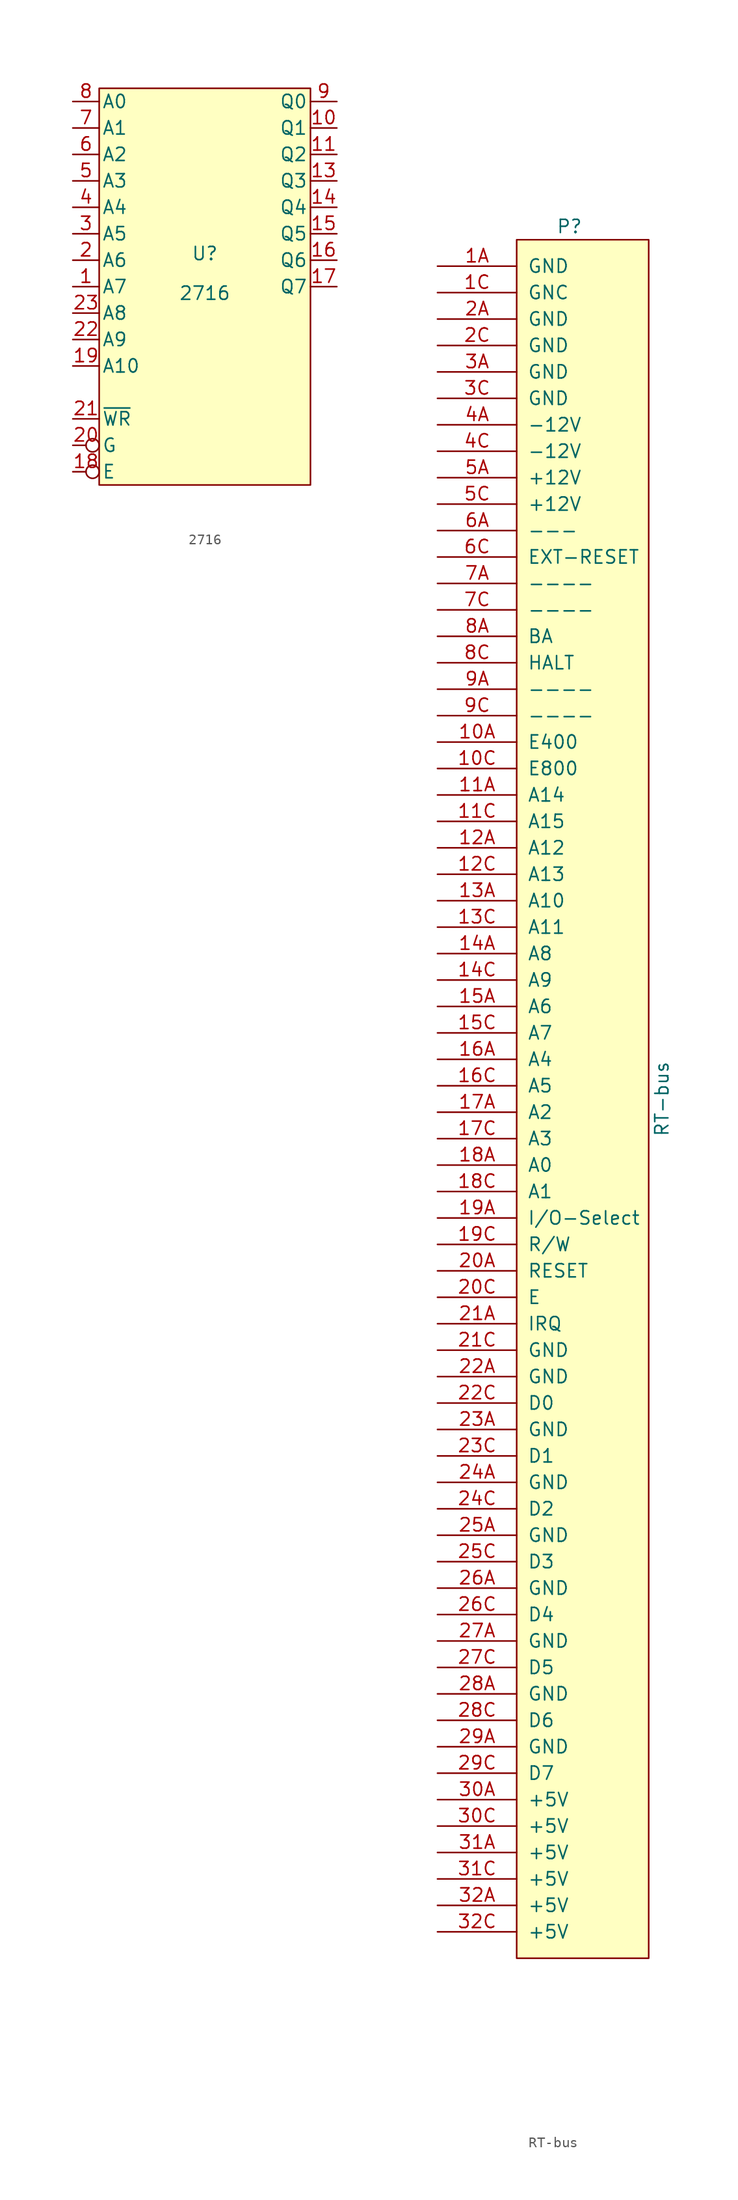
<source format=kicad_sym>
(kicad_symbol_lib
  (version 20220914)
  (generator kicad_symbol_editor)
  (symbol "2716"
    (pin_names
      (offset 0.254))
    (property "Reference" "U"
      (at 0 3.175 0)
      (effects (font (size 1.27 1.27))))
    (property "Value" "2716"
      (at 0 -0.635 0)
      (effects (font (size 1.27 1.27))))
    (property "Footprint" ""
      (at 0 0 0)
      (effects (font (size 1.524 1.524))))
    (property "Datasheet" ""
      (at 0 0 0)
      (effects (font (size 1.524 1.524))))
    (symbol "2716_0_0"
      (pin power_in line (at 0 -19.05 90) (length 0) hide (name "GND" (effects (font (size 1.27 1.27)))) (number "12" (effects (font (size 1.27 1.27)))))
      (pin power_in line (at 0 19.05 270) (length 0) hide (name "Vcc" (effects (font (size 1.27 1.27)))) (number "24" (effects (font (size 1.27 1.27))))))
    (symbol "2716_0_1"
      (rectangle (start -10.16 19.05) (end 10.16 -19.05) (stroke (width 0) (type solid)) (fill (type background))))
    (symbol "2716_1_1"
      (pin input line (at -12.7 0 0) (length 2.54) (name "A7" (effects (font (size 1.27 1.27)))) (number "1" (effects (font (size 1.27 1.27)))))
      (pin tri_state line (at 12.7 15.24 180) (length 2.54) (name "Q1" (effects (font (size 1.27 1.27)))) (number "10" (effects (font (size 1.27 1.27)))))
      (pin tri_state line (at 12.7 12.7 180) (length 2.54) (name "Q2" (effects (font (size 1.27 1.27)))) (number "11" (effects (font (size 1.27 1.27)))))
      (pin tri_state line (at 12.7 10.16 180) (length 2.54) (name "Q3" (effects (font (size 1.27 1.27)))) (number "13" (effects (font (size 1.27 1.27)))))
      (pin tri_state line (at 12.7 7.62 180) (length 2.54) (name "Q4" (effects (font (size 1.27 1.27)))) (number "14" (effects (font (size 1.27 1.27)))))
      (pin tri_state line (at 12.7 5.08 180) (length 2.54) (name "Q5" (effects (font (size 1.27 1.27)))) (number "15" (effects (font (size 1.27 1.27)))))
      (pin tri_state line (at 12.7 2.54 180) (length 2.54) (name "Q6" (effects (font (size 1.27 1.27)))) (number "16" (effects (font (size 1.27 1.27)))))
      (pin tri_state line (at 12.7 0 180) (length 2.54) (name "Q7" (effects (font (size 1.27 1.27)))) (number "17" (effects (font (size 1.27 1.27)))))
      (pin input inverted (at -12.7 -17.78 0) (length 2.54) (name "E" (effects (font (size 1.27 1.27)))) (number "18" (effects (font (size 1.27 1.27)))))
      (pin input line (at -12.7 -7.62 0) (length 2.54) (name "A10" (effects (font (size 1.27 1.27)))) (number "19" (effects (font (size 1.27 1.27)))))
      (pin input line (at -12.7 2.54 0) (length 2.54) (name "A6" (effects (font (size 1.27 1.27)))) (number "2" (effects (font (size 1.27 1.27)))))
      (pin input inverted (at -12.7 -15.24 0) (length 2.54) (name "G" (effects (font (size 1.27 1.27)))) (number "20" (effects (font (size 1.27 1.27)))))
      (pin input line (at -12.7 -12.7 0) (length 2.54) (name "~{WR}" (effects (font (size 1.27 1.27)))) (number "21" (effects (font (size 1.27 1.27)))))
      (pin input line (at -12.7 -5.08 0) (length 2.54) (name "A9" (effects (font (size 1.27 1.27)))) (number "22" (effects (font (size 1.27 1.27)))))
      (pin input line (at -12.7 -2.54 0) (length 2.54) (name "A8" (effects (font (size 1.27 1.27)))) (number "23" (effects (font (size 1.27 1.27)))))
      (pin input line (at -12.7 5.08 0) (length 2.54) (name "A5" (effects (font (size 1.27 1.27)))) (number "3" (effects (font (size 1.27 1.27)))))
      (pin input line (at -12.7 7.62 0) (length 2.54) (name "A4" (effects (font (size 1.27 1.27)))) (number "4" (effects (font (size 1.27 1.27)))))
      (pin input line (at -12.7 10.16 0) (length 2.54) (name "A3" (effects (font (size 1.27 1.27)))) (number "5" (effects (font (size 1.27 1.27)))))
      (pin input line (at -12.7 12.7 0) (length 2.54) (name "A2" (effects (font (size 1.27 1.27)))) (number "6" (effects (font (size 1.27 1.27)))))
      (pin input line (at -12.7 15.24 0) (length 2.54) (name "A1" (effects (font (size 1.27 1.27)))) (number "7" (effects (font (size 1.27 1.27)))))
      (pin input line (at -12.7 17.78 0) (length 2.54) (name "A0" (effects (font (size 1.27 1.27)))) (number "8" (effects (font (size 1.27 1.27)))))
      (pin tri_state line (at 12.7 17.78 180) (length 2.54) (name "Q0" (effects (font (size 1.27 1.27)))) (number "9" (effects (font (size 1.27 1.27)))))))
  (symbol "RT-bus"
    (pin_names
      (offset 1.016))
    (property "Reference" "P"
      (at 0 83.82 0)
      (effects (font (size 1.27 1.27))))
    (property "Value" "RT-bus"
      (at 8.89 0 90)
      (effects (font (size 1.27 1.27))))
    (property "Footprint" ""
      (at 0 0 0)
      (effects (font (size 1.27 1.27))))
    (property "Datasheet" ""
      (at 0 0 0)
      (effects (font (size 1.27 1.27))))
    (symbol "RT-bus_0_1"
      (rectangle (start -5.08 82.55) (end 7.62 -82.55) (stroke (width 0) (type solid)) (fill (type background))))
    (symbol "RT-bus_1_1"
      (pin passive line (at -12.7 34.29 0) (length 7.62) (name "E400" (effects (font (size 1.27 1.27)))) (number "10A" (effects (font (size 1.27 1.27)))))
      (pin passive line (at -12.7 31.75 0) (length 7.62) (name "E800" (effects (font (size 1.27 1.27)))) (number "10C" (effects (font (size 1.27 1.27)))))
      (pin passive line (at -12.7 29.21 0) (length 7.62) (name "A14" (effects (font (size 1.27 1.27)))) (number "11A" (effects (font (size 1.27 1.27)))))
      (pin passive line (at -12.7 26.67 0) (length 7.62) (name "A15" (effects (font (size 1.27 1.27)))) (number "11C" (effects (font (size 1.27 1.27)))))
      (pin passive line (at -12.7 24.13 0) (length 7.62) (name "A12" (effects (font (size 1.27 1.27)))) (number "12A" (effects (font (size 1.27 1.27)))))
      (pin passive line (at -12.7 21.59 0) (length 7.62) (name "A13" (effects (font (size 1.27 1.27)))) (number "12C" (effects (font (size 1.27 1.27)))))
      (pin passive line (at -12.7 19.05 0) (length 7.62) (name "A10" (effects (font (size 1.27 1.27)))) (number "13A" (effects (font (size 1.27 1.27)))))
      (pin passive line (at -12.7 16.51 0) (length 7.62) (name "A11" (effects (font (size 1.27 1.27)))) (number "13C" (effects (font (size 1.27 1.27)))))
      (pin passive line (at -12.7 13.97 0) (length 7.62) (name "A8" (effects (font (size 1.27 1.27)))) (number "14A" (effects (font (size 1.27 1.27)))))
      (pin passive line (at -12.7 11.43 0) (length 7.62) (name "A9" (effects (font (size 1.27 1.27)))) (number "14C" (effects (font (size 1.27 1.27)))))
      (pin passive line (at -12.7 8.89 0) (length 7.62) (name "A6" (effects (font (size 1.27 1.27)))) (number "15A" (effects (font (size 1.27 1.27)))))
      (pin passive line (at -12.7 6.35 0) (length 7.62) (name "A7" (effects (font (size 1.27 1.27)))) (number "15C" (effects (font (size 1.27 1.27)))))
      (pin passive line (at -12.7 3.81 0) (length 7.62) (name "A4" (effects (font (size 1.27 1.27)))) (number "16A" (effects (font (size 1.27 1.27)))))
      (pin passive line (at -12.7 1.27 0) (length 7.62) (name "A5" (effects (font (size 1.27 1.27)))) (number "16C" (effects (font (size 1.27 1.27)))))
      (pin passive line (at -12.7 -1.27 0) (length 7.62) (name "A2" (effects (font (size 1.27 1.27)))) (number "17A" (effects (font (size 1.27 1.27)))))
      (pin passive line (at -12.7 -3.81 0) (length 7.62) (name "A3" (effects (font (size 1.27 1.27)))) (number "17C" (effects (font (size 1.27 1.27)))))
      (pin passive line (at -12.7 -6.35 0) (length 7.62) (name "A0" (effects (font (size 1.27 1.27)))) (number "18A" (effects (font (size 1.27 1.27)))))
      (pin passive line (at -12.7 -8.89 0) (length 7.62) (name "A1" (effects (font (size 1.27 1.27)))) (number "18C" (effects (font (size 1.27 1.27)))))
      (pin passive line (at -12.7 -11.43 0) (length 7.62) (name "I/O-Select" (effects (font (size 1.27 1.27)))) (number "19A" (effects (font (size 1.27 1.27)))))
      (pin passive line (at -12.7 -13.97 0) (length 7.62) (name "R/W" (effects (font (size 1.27 1.27)))) (number "19C" (effects (font (size 1.27 1.27)))))
      (pin passive line (at -12.7 80.01 0) (length 7.62) (name "GND" (effects (font (size 1.27 1.27)))) (number "1A" (effects (font (size 1.27 1.27)))))
      (pin passive line (at -12.7 77.47 0) (length 7.62) (name "GNC" (effects (font (size 1.27 1.27)))) (number "1C" (effects (font (size 1.27 1.27)))))
      (pin passive line (at -12.7 -16.51 0) (length 7.62) (name "RESET" (effects (font (size 1.27 1.27)))) (number "20A" (effects (font (size 1.27 1.27)))))
      (pin passive line (at -12.7 -19.05 0) (length 7.62) (name "E" (effects (font (size 1.27 1.27)))) (number "20C" (effects (font (size 1.27 1.27)))))
      (pin passive line (at -12.7 -21.59 0) (length 7.62) (name "IRQ" (effects (font (size 1.27 1.27)))) (number "21A" (effects (font (size 1.27 1.27)))))
      (pin passive line (at -12.7 -24.13 0) (length 7.62) (name "GND" (effects (font (size 1.27 1.27)))) (number "21C" (effects (font (size 1.27 1.27)))))
      (pin passive line (at -12.7 -26.67 0) (length 7.62) (name "GND" (effects (font (size 1.27 1.27)))) (number "22A" (effects (font (size 1.27 1.27)))))
      (pin passive line (at -12.7 -29.21 0) (length 7.62) (name "D0" (effects (font (size 1.27 1.27)))) (number "22C" (effects (font (size 1.27 1.27)))))
      (pin passive line (at -12.7 -31.75 0) (length 7.62) (name "GND" (effects (font (size 1.27 1.27)))) (number "23A" (effects (font (size 1.27 1.27)))))
      (pin passive line (at -12.7 -34.29 0) (length 7.62) (name "D1" (effects (font (size 1.27 1.27)))) (number "23C" (effects (font (size 1.27 1.27)))))
      (pin passive line (at -12.7 -36.83 0) (length 7.62) (name "GND" (effects (font (size 1.27 1.27)))) (number "24A" (effects (font (size 1.27 1.27)))))
      (pin passive line (at -12.7 -39.37 0) (length 7.62) (name "D2" (effects (font (size 1.27 1.27)))) (number "24C" (effects (font (size 1.27 1.27)))))
      (pin passive line (at -12.7 -41.91 0) (length 7.62) (name "GND" (effects (font (size 1.27 1.27)))) (number "25A" (effects (font (size 1.27 1.27)))))
      (pin passive line (at -12.7 -44.45 0) (length 7.62) (name "D3" (effects (font (size 1.27 1.27)))) (number "25C" (effects (font (size 1.27 1.27)))))
      (pin passive line (at -12.7 -46.99 0) (length 7.62) (name "GND" (effects (font (size 1.27 1.27)))) (number "26A" (effects (font (size 1.27 1.27)))))
      (pin passive line (at -12.7 -49.53 0) (length 7.62) (name "D4" (effects (font (size 1.27 1.27)))) (number "26C" (effects (font (size 1.27 1.27)))))
      (pin passive line (at -12.7 -52.07 0) (length 7.62) (name "GND" (effects (font (size 1.27 1.27)))) (number "27A" (effects (font (size 1.27 1.27)))))
      (pin passive line (at -12.7 -54.61 0) (length 7.62) (name "D5" (effects (font (size 1.27 1.27)))) (number "27C" (effects (font (size 1.27 1.27)))))
      (pin passive line (at -12.7 -57.15 0) (length 7.62) (name "GND" (effects (font (size 1.27 1.27)))) (number "28A" (effects (font (size 1.27 1.27)))))
      (pin passive line (at -12.7 -59.69 0) (length 7.62) (name "D6" (effects (font (size 1.27 1.27)))) (number "28C" (effects (font (size 1.27 1.27)))))
      (pin passive line (at -12.7 -62.23 0) (length 7.62) (name "GND" (effects (font (size 1.27 1.27)))) (number "29A" (effects (font (size 1.27 1.27)))))
      (pin passive line (at -12.7 -64.77 0) (length 7.62) (name "D7" (effects (font (size 1.27 1.27)))) (number "29C" (effects (font (size 1.27 1.27)))))
      (pin passive line (at -12.7 74.93 0) (length 7.62) (name "GND" (effects (font (size 1.27 1.27)))) (number "2A" (effects (font (size 1.27 1.27)))))
      (pin passive line (at -12.7 72.39 0) (length 7.62) (name "GND" (effects (font (size 1.27 1.27)))) (number "2C" (effects (font (size 1.27 1.27)))))
      (pin passive line (at -12.7 -67.31 0) (length 7.62) (name "+5V" (effects (font (size 1.27 1.27)))) (number "30A" (effects (font (size 1.27 1.27)))))
      (pin passive line (at -12.7 -69.85 0) (length 7.62) (name "+5V" (effects (font (size 1.27 1.27)))) (number "30C" (effects (font (size 1.27 1.27)))))
      (pin passive line (at -12.7 -72.39 0) (length 7.62) (name "+5V" (effects (font (size 1.27 1.27)))) (number "31A" (effects (font (size 1.27 1.27)))))
      (pin passive line (at -12.7 -74.93 0) (length 7.62) (name "+5V" (effects (font (size 1.27 1.27)))) (number "31C" (effects (font (size 1.27 1.27)))))
      (pin passive line (at -12.7 -77.47 0) (length 7.62) (name "+5V" (effects (font (size 1.27 1.27)))) (number "32A" (effects (font (size 1.27 1.27)))))
      (pin passive line (at -12.7 -80.01 0) (length 7.62) (name "+5V" (effects (font (size 1.27 1.27)))) (number "32C" (effects (font (size 1.27 1.27)))))
      (pin passive line (at -12.7 69.85 0) (length 7.62) (name "GND" (effects (font (size 1.27 1.27)))) (number "3A" (effects (font (size 1.27 1.27)))))
      (pin passive line (at -12.7 67.31 0) (length 7.62) (name "GND" (effects (font (size 1.27 1.27)))) (number "3C" (effects (font (size 1.27 1.27)))))
      (pin passive line (at -12.7 64.77 0) (length 7.62) (name "-12V" (effects (font (size 1.27 1.27)))) (number "4A" (effects (font (size 1.27 1.27)))))
      (pin passive line (at -12.7 62.23 0) (length 7.62) (name "-12V" (effects (font (size 1.27 1.27)))) (number "4C" (effects (font (size 1.27 1.27)))))
      (pin passive line (at -12.7 59.69 0) (length 7.62) (name "+12V" (effects (font (size 1.27 1.27)))) (number "5A" (effects (font (size 1.27 1.27)))))
      (pin passive line (at -12.7 57.15 0) (length 7.62) (name "+12V" (effects (font (size 1.27 1.27)))) (number "5C" (effects (font (size 1.27 1.27)))))
      (pin passive line (at -12.7 54.61 0) (length 7.62) (name "---" (effects (font (size 1.27 1.27)))) (number "6A" (effects (font (size 1.27 1.27)))))
      (pin passive line (at -12.7 52.07 0) (length 7.62) (name "EXT-RESET" (effects (font (size 1.27 1.27)))) (number "6C" (effects (font (size 1.27 1.27)))))
      (pin passive line (at -12.7 49.53 0) (length 7.62) (name "----" (effects (font (size 1.27 1.27)))) (number "7A" (effects (font (size 1.27 1.27)))))
      (pin passive line (at -12.7 46.99 0) (length 7.62) (name "----" (effects (font (size 1.27 1.27)))) (number "7C" (effects (font (size 1.27 1.27)))))
      (pin passive line (at -12.7 44.45 0) (length 7.62) (name "BA" (effects (font (size 1.27 1.27)))) (number "8A" (effects (font (size 1.27 1.27)))))
      (pin passive line (at -12.7 41.91 0) (length 7.62) (name "HALT" (effects (font (size 1.27 1.27)))) (number "8C" (effects (font (size 1.27 1.27)))))
      (pin passive line (at -12.7 39.37 0) (length 7.62) (name "----" (effects (font (size 1.27 1.27)))) (number "9A" (effects (font (size 1.27 1.27)))))
      (pin passive line (at -12.7 36.83 0) (length 7.62) (name "----" (effects (font (size 1.27 1.27)))) (number "9C" (effects (font (size 1.27 1.27))))))))
</source>
